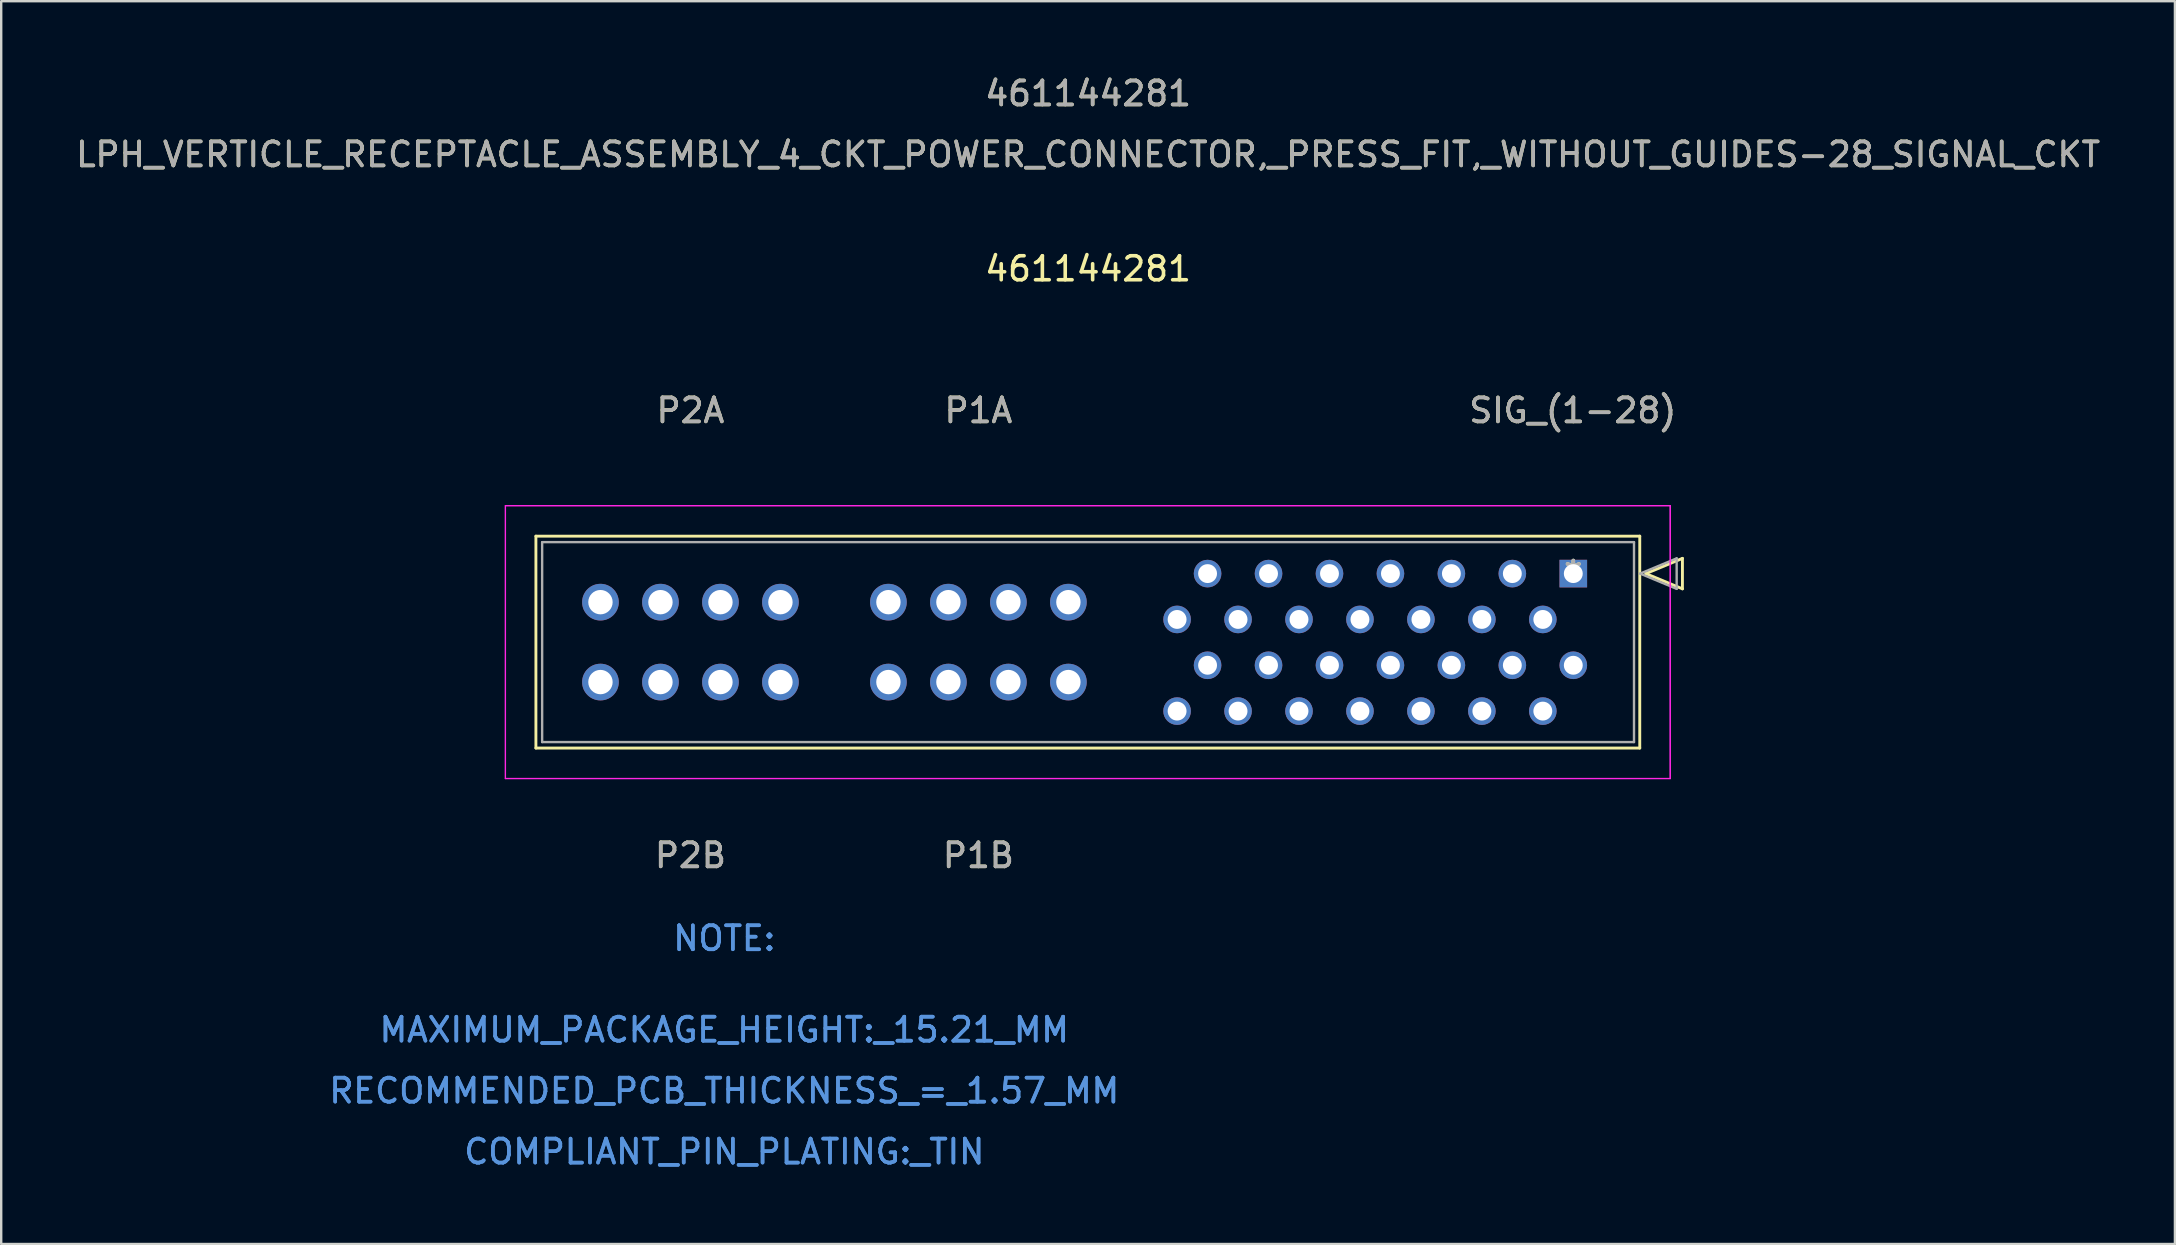
<source format=kicad_pcb>
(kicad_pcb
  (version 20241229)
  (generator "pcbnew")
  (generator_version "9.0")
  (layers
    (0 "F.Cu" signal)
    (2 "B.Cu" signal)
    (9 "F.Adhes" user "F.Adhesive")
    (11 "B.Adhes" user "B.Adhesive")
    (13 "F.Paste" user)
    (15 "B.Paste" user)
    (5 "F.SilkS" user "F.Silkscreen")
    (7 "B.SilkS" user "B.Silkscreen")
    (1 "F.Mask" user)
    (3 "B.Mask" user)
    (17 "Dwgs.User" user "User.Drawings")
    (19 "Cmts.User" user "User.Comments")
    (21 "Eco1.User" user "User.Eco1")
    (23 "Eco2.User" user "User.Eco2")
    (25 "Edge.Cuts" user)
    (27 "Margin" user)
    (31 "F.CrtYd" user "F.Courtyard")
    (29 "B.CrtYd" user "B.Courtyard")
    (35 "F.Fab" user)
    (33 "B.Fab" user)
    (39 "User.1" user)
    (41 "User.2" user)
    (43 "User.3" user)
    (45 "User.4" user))
  (footprint "461144281"
    (layer "F.Cu")
    (at 62.512 20.853)
    (property "Reference" "461144281" (at -20.22 -12.7 0) (layer "F.SilkS") (effects (font (size 1 1) (thickness 0.15))))
    (attr through_hole)
    (fp_line (start -43.23 -1.56) (end -43.23 7.27) (stroke (width 0.12) (type solid)) (layer "F.SilkS"))
    (fp_line (start -43.23 7.27) (end 2.77 7.27) (stroke (width 0.12) (type solid)) (layer "F.SilkS"))
    (fp_line (start 2.77 -1.56) (end -43.23 -1.56) (stroke (width 0.12) (type solid)) (layer "F.SilkS"))
    (fp_line (start 2.77 7.27) (end 2.77 -1.56) (stroke (width 0.12) (type solid)) (layer "F.SilkS"))
    (fp_line (start 3.024 0) (end 4.548 -0.635) (stroke (width 0.12) (type solid)) (layer "F.SilkS"))
    (fp_line (start 4.548 -0.635) (end 4.548 0.635) (stroke (width 0.12) (type solid)) (layer "F.SilkS"))
    (fp_line (start 4.548 0.635) (end 3.024 0) (stroke (width 0.12) (type solid)) (layer "F.SilkS"))
    (fp_line (start -44.5 -2.83) (end -44.5 8.54) (stroke (width 0.05) (type solid)) (layer "F.CrtYd"))
    (fp_line (start -44.5 -2.83) (end -44.5 8.54) (stroke (width 0.05) (type solid)) (layer "F.CrtYd"))
    (fp_line (start -44.5 8.54) (end 4.04 8.54) (stroke (width 0.05) (type solid)) (layer "F.CrtYd"))
    (fp_line (start -44.5 8.54) (end 4.04 8.54) (stroke (width 0.05) (type solid)) (layer "F.CrtYd"))
    (fp_line (start 4.04 -2.83) (end -44.5 -2.83) (stroke (width 0.05) (type solid)) (layer "F.CrtYd"))
    (fp_line (start 4.04 -2.83) (end -44.5 -2.83) (stroke (width 0.05) (type solid)) (layer "F.CrtYd"))
    (fp_line (start 4.04 8.54) (end 4.04 -2.83) (stroke (width 0.05) (type solid)) (layer "F.CrtYd"))
    (fp_line (start 4.04 8.54) (end 4.04 -2.83) (stroke (width 0.05) (type solid)) (layer "F.CrtYd"))
    (fp_line (start -42.97 -1.31) (end -42.97 7.02) (stroke (width 0.1) (type solid)) (layer "F.Fab"))
    (fp_line (start -42.97 7.02) (end 2.53 7.02) (stroke (width 0.1) (type solid)) (layer "F.Fab"))
    (fp_line (start 2.53 -1.31) (end -42.97 -1.31) (stroke (width 0.1) (type solid)) (layer "F.Fab"))
    (fp_line (start 2.53 7.02) (end 2.53 -1.31) (stroke (width 0.1) (type solid)) (layer "F.Fab"))
    (fp_line (start 2.784 0) (end 4.308 -0.635) (stroke (width 0.1) (type solid)) (layer "F.Fab"))
    (fp_line (start 4.308 -0.635) (end 4.308 0.635) (stroke (width 0.1) (type solid)) (layer "F.Fab"))
    (fp_line (start 4.308 0.635) (end 2.784 0) (stroke (width 0.1) (type solid)) (layer "F.Fab"))
    (fp_text user "461144281" (at -20.22 -20.005 0) (layer "F.SilkS") (effects (font (size 1 1) (thickness 0.15))))
    (fp_text user "P2B" (at -36.79 11.745 0) (layer "F.SilkS") (effects (font (size 1 1) (thickness 0.15))))
    (fp_text user "P1A" (at -24.79 -6.797 0) (layer "F.SilkS") (effects (font (size 1 1) (thickness 0.15))))
    (fp_text user "SIG_(1-28)" (at -0.021 -6.797 0) (layer "F.SilkS") (effects (font (size 1 1) (thickness 0.15))))
    (fp_text user "LPH_VERTICLE_RECEPTACLE_ASSEMBLY_4_CKT_POWER_CONNECTOR,_PRESS_FIT,_WITHOUT_GUIDES-28_SIGNAL_CKT" (at -20.22 -17.465 0) (layer "F.SilkS") (effects (font (size 1 1) (thickness 0.15))))
    (fp_text user "P2A" (at -36.79 -6.797 0) (layer "F.SilkS") (effects (font (size 1 1) (thickness 0.15))))
    (fp_text user "P1B" (at -24.79 11.745 0) (layer "F.SilkS") (effects (font (size 1 1) (thickness 0.15))))
    (fp_text user "*" (at 0 0 0) (layer "F.SilkS") (effects (font (size 1 1) (thickness 0.15))))
    (fp_text user "NOTE:" (at -35.38 15.2 0) (layer "Cmts.User") (effects (font (size 1 1) (thickness 0.15))))
    (fp_text user "RECOMMENDED_PCB_THICKNESS_=_1.57_MM" (at -35.38 21.55 0) (layer "Cmts.User") (effects (font (size 1 1) (thickness 0.15))))
    (fp_text user "Copyright 2021 Accelerated Designs. All rights reserved." (at 0 0 0) (layer "Cmts.User") (effects (font (size 0.127 0.127) (thickness 0.002))))
    (fp_text user "MAXIMUM_PACKAGE_HEIGHT:_15.21_MM" (at -35.38 19.01 0) (layer "Cmts.User") (effects (font (size 1 1) (thickness 0.15))))
    (fp_text user "MAXIMUM_PACKAGE_HEIGHT:_15.21_MM" (at -35.38 19.01 0) (layer "Cmts.User") (effects (font (size 1 1) (thickness 0.15))))
    (fp_text user "COMPLIANT_PIN_PLATING:_TIN" (at -35.38 24.09 0) (layer "Cmts.User") (effects (font (size 1 1) (thickness 0.15))))
    (fp_text user "RECOMMENDED_PCB_THICKNESS_=_1.57_MM" (at -35.38 21.55 0) (layer "Cmts.User") (effects (font (size 1 1) (thickness 0.15))))
    (fp_text user "NOTE:" (at -35.38 15.2 0) (layer "Cmts.User") (effects (font (size 1 1) (thickness 0.15))))
    (fp_text user "COMPLIANT_PIN_PLATING:_TIN" (at -35.38 24.09 0) (layer "Cmts.User") (effects (font (size 1 1) (thickness 0.15))))
    (fp_text user "P1B" (at -24.79 11.745 0) (layer "F.Fab") (effects (font (size 1 1) (thickness 0.15))))
    (fp_text user "*" (at 0 0 0) (layer "F.Fab") (effects (font (size 1 1) (thickness 0.15))))
    (fp_text user "P1A" (at -24.79 -6.797 0) (layer "F.Fab") (effects (font (size 1 1) (thickness 0.15))))
    (fp_text user "461144281" (at -20.22 -20.005 0) (layer "F.Fab") (effects (font (size 1 1) (thickness 0.15))))
    (fp_text user "LPH_VERTICLE_RECEPTACLE_ASSEMBLY_4_CKT_POWER_CONNECTOR,_PRESS_FIT,_WITHOUT_GUIDES-28_SIGNAL_CKT" (at -20.22 -17.465 0) (layer "F.Fab") (effects (font (size 1 1) (thickness 0.15))))
    (fp_text user "SIG_(1-28)" (at -0.021 -6.797 0) (layer "F.Fab") (effects (font (size 1 1) (thickness 0.15))))
    (fp_text user "P2A" (at -36.79 -6.797 0) (layer "F.Fab") (effects (font (size 1 1) (thickness 0.15))))
    (fp_text user "P2B" (at -36.79 11.745 0) (layer "F.Fab") (effects (font (size 1 1) (thickness 0.15))))
    (pad "1" thru_hole rect (at 0 0 90) (size 1.15 1.15) (drill 0.787) (layers "*.Cu" "*.Mask"))
    (pad "2" thru_hole circle (at -1.27 1.91 90) (size 1.15 1.15) (drill 0.787) (layers "*.Cu" "*.Mask"))
    (pad "3" thru_hole circle (at -2.54 0 90) (size 1.15 1.15) (drill 0.787) (layers "*.Cu" "*.Mask"))
    (pad "4" thru_hole circle (at -3.81 1.91 90) (size 1.15 1.15) (drill 0.787) (layers "*.Cu" "*.Mask"))
    (pad "5" thru_hole circle (at -5.08 0 90) (size 1.15 1.15) (drill 0.787) (layers "*.Cu" "*.Mask"))
    (pad "6" thru_hole circle (at -6.35 1.91 90) (size 1.15 1.15) (drill 0.787) (layers "*.Cu" "*.Mask"))
    (pad "7" thru_hole circle (at -7.62 0 90) (size 1.15 1.15) (drill 0.787) (layers "*.Cu" "*.Mask"))
    (pad "8" thru_hole circle (at -8.89 1.91 90) (size 1.15 1.15) (drill 0.787) (layers "*.Cu" "*.Mask"))
    (pad "9" thru_hole circle (at -10.16 0 90) (size 1.15 1.15) (drill 0.787) (layers "*.Cu" "*.Mask"))
    (pad "10" thru_hole circle (at -11.43 1.91 90) (size 1.15 1.15) (drill 0.787) (layers "*.Cu" "*.Mask"))
    (pad "11" thru_hole circle (at -12.7 0 90) (size 1.15 1.15) (drill 0.787) (layers "*.Cu" "*.Mask"))
    (pad "12" thru_hole circle (at -13.97 1.91 90) (size 1.15 1.15) (drill 0.787) (layers "*.Cu" "*.Mask"))
    (pad "13" thru_hole circle (at -15.24 0 90) (size 1.15 1.15) (drill 0.787) (layers "*.Cu" "*.Mask"))
    (pad "14" thru_hole circle (at -16.51 1.91 90) (size 1.15 1.15) (drill 0.787) (layers "*.Cu" "*.Mask"))
    (pad "15" thru_hole circle (at 0 3.82 90) (size 1.15 1.15) (drill 0.787) (layers "*.Cu" "*.Mask"))
    (pad "16" thru_hole circle (at -1.27 5.73 90) (size 1.15 1.15) (drill 0.787) (layers "*.Cu" "*.Mask"))
    (pad "17" thru_hole circle (at -2.54 3.82 90) (size 1.15 1.15) (drill 0.787) (layers "*.Cu" "*.Mask"))
    (pad "18" thru_hole circle (at -3.81 5.73 90) (size 1.15 1.15) (drill 0.787) (layers "*.Cu" "*.Mask"))
    (pad "19" thru_hole circle (at -5.08 3.82 90) (size 1.15 1.15) (drill 0.787) (layers "*.Cu" "*.Mask"))
    (pad "20" thru_hole circle (at -6.35 5.73 90) (size 1.15 1.15) (drill 0.787) (layers "*.Cu" "*.Mask"))
    (pad "21" thru_hole circle (at -7.62 3.82 90) (size 1.15 1.15) (drill 0.787) (layers "*.Cu" "*.Mask"))
    (pad "22" thru_hole circle (at -8.89 5.73 90) (size 1.15 1.15) (drill 0.787) (layers "*.Cu" "*.Mask"))
    (pad "23" thru_hole circle (at -10.16 3.82 90) (size 1.15 1.15) (drill 0.787) (layers "*.Cu" "*.Mask"))
    (pad "24" thru_hole circle (at -11.43 5.73 90) (size 1.15 1.15) (drill 0.787) (layers "*.Cu" "*.Mask"))
    (pad "25" thru_hole circle (at -12.7 3.82 90) (size 1.15 1.15) (drill 0.787) (layers "*.Cu" "*.Mask"))
    (pad "26" thru_hole circle (at -13.97 5.73 90) (size 1.15 1.15) (drill 0.787) (layers "*.Cu" "*.Mask"))
    (pad "27" thru_hole circle (at -15.24 3.82 90) (size 1.15 1.15) (drill 0.787) (layers "*.Cu" "*.Mask"))
    (pad "28" thru_hole circle (at -16.51 5.73 90) (size 1.15 1.15) (drill 0.787) (layers "*.Cu" "*.Mask"))
    (pad "A1" thru_hole circle (at -21.04 1.19) (size 1.528 1.528) (drill 1.016) (layers "*.Cu" "*.Mask"))
    (pad "A2" thru_hole circle (at -23.54 1.19) (size 1.528 1.528) (drill 1.016) (layers "*.Cu" "*.Mask"))
    (pad "A3" thru_hole circle (at -26.04 1.19) (size 1.528 1.528) (drill 1.016) (layers "*.Cu" "*.Mask"))
    (pad "A4" thru_hole circle (at -28.54 1.19) (size 1.528 1.528) (drill 1.016) (layers "*.Cu" "*.Mask"))
    (pad "B1" thru_hole circle (at -33.04 1.19) (size 1.528 1.528) (drill 1.016) (layers "*.Cu" "*.Mask"))
    (pad "B2" thru_hole circle (at -35.54 1.19) (size 1.528 1.528) (drill 1.016) (layers "*.Cu" "*.Mask"))
    (pad "B3" thru_hole circle (at -38.04 1.19) (size 1.528 1.528) (drill 1.016) (layers "*.Cu" "*.Mask"))
    (pad "B4" thru_hole circle (at -40.54 1.19) (size 1.528 1.528) (drill 1.016) (layers "*.Cu" "*.Mask"))
    (pad "C1" thru_hole circle (at -21.04 4.52) (size 1.528 1.528) (drill 1.016) (layers "*.Cu" "*.Mask"))
    (pad "C2" thru_hole circle (at -23.54 4.52) (size 1.528 1.528) (drill 1.016) (layers "*.Cu" "*.Mask"))
    (pad "C3" thru_hole circle (at -26.04 4.52) (size 1.528 1.528) (drill 1.016) (layers "*.Cu" "*.Mask"))
    (pad "C4" thru_hole circle (at -28.54 4.52) (size 1.528 1.528) (drill 1.016) (layers "*.Cu" "*.Mask"))
    (pad "D1" thru_hole circle (at -33.04 4.52) (size 1.528 1.528) (drill 1.016) (layers "*.Cu" "*.Mask"))
    (pad "D2" thru_hole circle (at -35.54 4.52) (size 1.528 1.528) (drill 1.016) (layers "*.Cu" "*.Mask"))
    (pad "D3" thru_hole circle (at -38.04 4.52) (size 1.528 1.528) (drill 1.016) (layers "*.Cu" "*.Mask"))
    (pad "D4" thru_hole circle (at -40.54 4.52) (size 1.528 1.528) (drill 1.016) (layers "*.Cu" "*.Mask")))
  (gr_rect
    (start -3 -3)
    (end 87.583 48.791)
    (stroke (width 0.1) (type default))
    (fill no)
    (layer "Edge.Cuts")))
</source>
